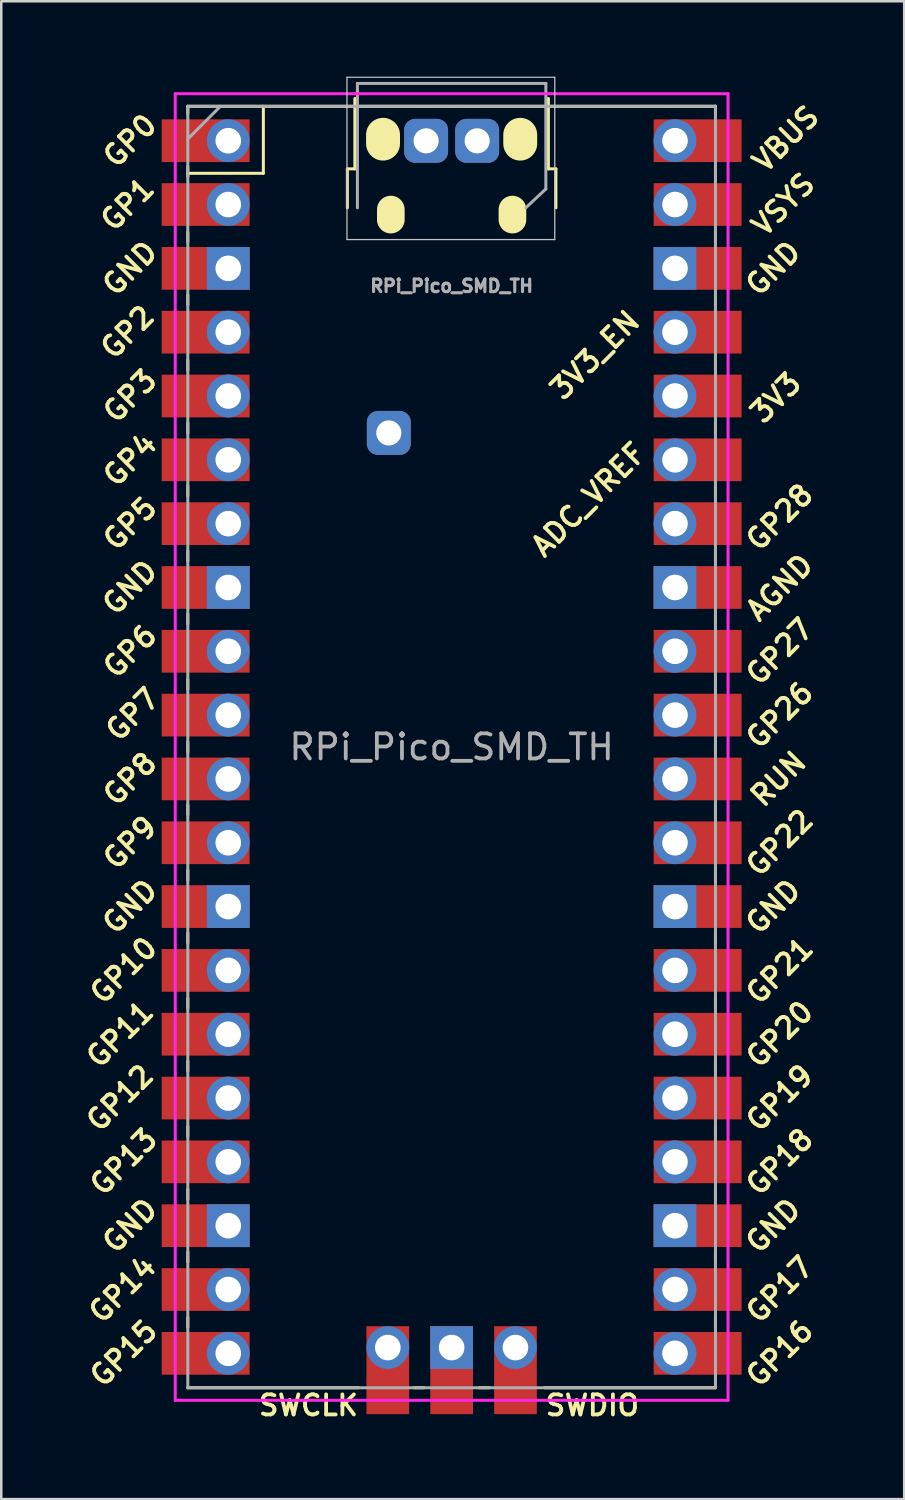
<source format=kicad_pcb>
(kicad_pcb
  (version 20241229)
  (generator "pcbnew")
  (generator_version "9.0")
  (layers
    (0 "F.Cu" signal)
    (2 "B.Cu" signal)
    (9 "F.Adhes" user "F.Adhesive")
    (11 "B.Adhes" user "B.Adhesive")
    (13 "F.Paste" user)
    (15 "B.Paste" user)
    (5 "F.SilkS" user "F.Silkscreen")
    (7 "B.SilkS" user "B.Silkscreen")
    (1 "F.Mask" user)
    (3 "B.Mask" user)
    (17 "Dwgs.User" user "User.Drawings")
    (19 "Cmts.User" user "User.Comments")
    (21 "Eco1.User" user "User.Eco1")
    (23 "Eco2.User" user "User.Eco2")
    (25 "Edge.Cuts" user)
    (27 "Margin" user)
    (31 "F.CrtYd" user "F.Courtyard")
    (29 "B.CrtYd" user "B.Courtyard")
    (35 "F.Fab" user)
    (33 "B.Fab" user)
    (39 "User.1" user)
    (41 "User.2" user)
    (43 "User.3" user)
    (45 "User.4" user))
  (footprint "RPi_Pico_SMD_TH"
    (layer "F.Cu")
    (at 14.924 26.68)
    (property "Reference" "RPi_Pico_SMD_TH" (at 0 0 0) (layer "F.Fab") (effects (font (size 1 1) (thickness 0.15))))
    (attr through_hole)
    (fp_line (start -10.5 -25.5) (end -10.5 -25.2) (stroke (width 0.12) (type solid)) (layer "F.SilkS"))
    (fp_line (start -10.5 -25.5) (end 10.5 -25.5) (stroke (width 0.12) (type solid)) (layer "F.SilkS"))
    (fp_line (start -10.5 -23.1) (end -10.5 -22.7) (stroke (width 0.12) (type solid)) (layer "F.SilkS"))
    (fp_line (start -10.5 -22.833) (end -7.493 -22.833) (stroke (width 0.12) (type solid)) (layer "F.SilkS"))
    (fp_line (start -10.5 -20.5) (end -10.5 -20.1) (stroke (width 0.12) (type solid)) (layer "F.SilkS"))
    (fp_line (start -10.5 -18) (end -10.5 -17.6) (stroke (width 0.12) (type solid)) (layer "F.SilkS"))
    (fp_line (start -10.5 -15.4) (end -10.5 -15) (stroke (width 0.12) (type solid)) (layer "F.SilkS"))
    (fp_line (start -10.5 -12.9) (end -10.5 -12.5) (stroke (width 0.12) (type solid)) (layer "F.SilkS"))
    (fp_line (start -10.5 -10.4) (end -10.5 -10) (stroke (width 0.12) (type solid)) (layer "F.SilkS"))
    (fp_line (start -10.5 -7.8) (end -10.5 -7.4) (stroke (width 0.12) (type solid)) (layer "F.SilkS"))
    (fp_line (start -10.5 -5.3) (end -10.5 -4.9) (stroke (width 0.12) (type solid)) (layer "F.SilkS"))
    (fp_line (start -10.5 -2.7) (end -10.5 -2.3) (stroke (width 0.12) (type solid)) (layer "F.SilkS"))
    (fp_line (start -10.5 -0.2) (end -10.5 0.2) (stroke (width 0.12) (type solid)) (layer "F.SilkS"))
    (fp_line (start -10.5 2.3) (end -10.5 2.7) (stroke (width 0.12) (type solid)) (layer "F.SilkS"))
    (fp_line (start -10.5 4.9) (end -10.5 5.3) (stroke (width 0.12) (type solid)) (layer "F.SilkS"))
    (fp_line (start -10.5 7.4) (end -10.5 7.8) (stroke (width 0.12) (type solid)) (layer "F.SilkS"))
    (fp_line (start -10.5 10) (end -10.5 10.4) (stroke (width 0.12) (type solid)) (layer "F.SilkS"))
    (fp_line (start -10.5 12.5) (end -10.5 12.9) (stroke (width 0.12) (type solid)) (layer "F.SilkS"))
    (fp_line (start -10.5 15.1) (end -10.5 15.5) (stroke (width 0.12) (type solid)) (layer "F.SilkS"))
    (fp_line (start -10.5 17.6) (end -10.5 18) (stroke (width 0.12) (type solid)) (layer "F.SilkS"))
    (fp_line (start -10.5 20.1) (end -10.5 20.5) (stroke (width 0.12) (type solid)) (layer "F.SilkS"))
    (fp_line (start -10.5 22.7) (end -10.5 23.1) (stroke (width 0.12) (type solid)) (layer "F.SilkS"))
    (fp_line (start -7.493 -22.833) (end -7.493 -25.5) (stroke (width 0.12) (type solid)) (layer "F.SilkS"))
    (fp_line (start -4.15 -23.01) (end -4.15 -21.46) (stroke (width 0.12) (type solid)) (layer "F.SilkS"))
    (fp_line (start -3.85 -25.81) (end -3.85 -23.01) (stroke (width 0.12) (type solid)) (layer "F.SilkS"))
    (fp_line (start -3.85 -23.01) (end -4.15 -23.01) (stroke (width 0.12) (type solid)) (layer "F.SilkS"))
    (fp_line (start -3.7 25.5) (end -10.5 25.5) (stroke (width 0.12) (type solid)) (layer "F.SilkS"))
    (fp_line (start -1.5 25.5) (end -1.1 25.5) (stroke (width 0.12) (type solid)) (layer "F.SilkS"))
    (fp_line (start 1.1 25.5) (end 1.5 25.5) (stroke (width 0.12) (type solid)) (layer "F.SilkS"))
    (fp_line (start 3.85 -25.81) (end 3.85 -23.01) (stroke (width 0.12) (type solid)) (layer "F.SilkS"))
    (fp_line (start 4.15 -23.01) (end 3.85 -23.01) (stroke (width 0.12) (type solid)) (layer "F.SilkS"))
    (fp_line (start 4.15 -23.01) (end 4.15 -21.46) (stroke (width 0.12) (type solid)) (layer "F.SilkS"))
    (fp_line (start 10.5 -25.5) (end 10.5 -25.2) (stroke (width 0.12) (type solid)) (layer "F.SilkS"))
    (fp_line (start 10.5 -23.1) (end 10.5 -22.7) (stroke (width 0.12) (type solid)) (layer "F.SilkS"))
    (fp_line (start 10.5 -20.5) (end 10.5 -20.1) (stroke (width 0.12) (type solid)) (layer "F.SilkS"))
    (fp_line (start 10.5 -18) (end 10.5 -17.6) (stroke (width 0.12) (type solid)) (layer "F.SilkS"))
    (fp_line (start 10.5 -15.4) (end 10.5 -15) (stroke (width 0.12) (type solid)) (layer "F.SilkS"))
    (fp_line (start 10.5 -12.9) (end 10.5 -12.5) (stroke (width 0.12) (type solid)) (layer "F.SilkS"))
    (fp_line (start 10.5 -10.4) (end 10.5 -10) (stroke (width 0.12) (type solid)) (layer "F.SilkS"))
    (fp_line (start 10.5 -7.8) (end 10.5 -7.4) (stroke (width 0.12) (type solid)) (layer "F.SilkS"))
    (fp_line (start 10.5 -5.3) (end 10.5 -4.9) (stroke (width 0.12) (type solid)) (layer "F.SilkS"))
    (fp_line (start 10.5 -2.7) (end 10.5 -2.3) (stroke (width 0.12) (type solid)) (layer "F.SilkS"))
    (fp_line (start 10.5 -0.2) (end 10.5 0.2) (stroke (width 0.12) (type solid)) (layer "F.SilkS"))
    (fp_line (start 10.5 2.3) (end 10.5 2.7) (stroke (width 0.12) (type solid)) (layer "F.SilkS"))
    (fp_line (start 10.5 4.9) (end 10.5 5.3) (stroke (width 0.12) (type solid)) (layer "F.SilkS"))
    (fp_line (start 10.5 7.4) (end 10.5 7.8) (stroke (width 0.12) (type solid)) (layer "F.SilkS"))
    (fp_line (start 10.5 10) (end 10.5 10.4) (stroke (width 0.12) (type solid)) (layer "F.SilkS"))
    (fp_line (start 10.5 12.5) (end 10.5 12.9) (stroke (width 0.12) (type solid)) (layer "F.SilkS"))
    (fp_line (start 10.5 15.1) (end 10.5 15.5) (stroke (width 0.12) (type solid)) (layer "F.SilkS"))
    (fp_line (start 10.5 17.6) (end 10.5 18) (stroke (width 0.12) (type solid)) (layer "F.SilkS"))
    (fp_line (start 10.5 20.1) (end 10.5 20.5) (stroke (width 0.12) (type solid)) (layer "F.SilkS"))
    (fp_line (start 10.5 22.7) (end 10.5 23.1) (stroke (width 0.12) (type solid)) (layer "F.SilkS"))
    (fp_line (start 10.5 25.5) (end 3.7 25.5) (stroke (width 0.12) (type solid)) (layer "F.SilkS"))
    (fp_line (start -4.165 -26.655) (end -4.165 -20.195) (stroke (width 0.05) (type solid)) (layer "Dwgs.User"))
    (fp_line (start -4.165 -26.655) (end 4.105 -26.655) (stroke (width 0.05) (type solid)) (layer "Dwgs.User"))
    (fp_line (start 4.105 -20.195) (end -4.165 -20.195) (stroke (width 0.05) (type solid)) (layer "Dwgs.User"))
    (fp_line (start 4.105 -20.195) (end 4.105 -26.655) (stroke (width 0.05) (type solid)) (layer "Dwgs.User"))
    (fp_line (start -11 -26) (end 11 -26) (stroke (width 0.12) (type solid)) (layer "F.CrtYd"))
    (fp_line (start -11 26) (end -11 -26) (stroke (width 0.12) (type solid)) (layer "F.CrtYd"))
    (fp_line (start 11 -26) (end 11 26) (stroke (width 0.12) (type solid)) (layer "F.CrtYd"))
    (fp_line (start 11 26) (end -11 26) (stroke (width 0.12) (type solid)) (layer "F.CrtYd"))
    (fp_line (start -10.5 -25.5) (end 10.5 -25.5) (stroke (width 0.12) (type solid)) (layer "F.Fab"))
    (fp_line (start -10.5 -24.2) (end -9.2 -25.5) (stroke (width 0.12) (type solid)) (layer "F.Fab"))
    (fp_line (start -10.5 25.5) (end -10.5 -25.5) (stroke (width 0.12) (type solid)) (layer "F.Fab"))
    (fp_line (start -3.75 -26.41) (end 3.75 -26.41) (stroke (width 0.12) (type solid)) (layer "F.Fab"))
    (fp_line (start -3.75 -21.46) (end -3.75 -26.41) (stroke (width 0.12) (type solid)) (layer "F.Fab"))
    (fp_line (start 3.75 -26.41) (end 3.75 -22.21) (stroke (width 0.12) (type solid)) (layer "F.Fab"))
    (fp_line (start 3.75 -22.21) (end 2.95 -21.46) (stroke (width 0.12) (type solid)) (layer "F.Fab"))
    (fp_line (start 10.5 -25.5) (end 10.5 25.5) (stroke (width 0.12) (type solid)) (layer "F.Fab"))
    (fp_line (start 10.5 25.5) (end -10.5 25.5) (stroke (width 0.12) (type solid)) (layer "F.Fab"))
    (fp_text user "GP1" (at -12.9 -21.6 45) (layer "F.SilkS") (effects (font (size 0.8 0.8) (thickness 0.15))))
    (fp_text user "GP15" (at -13.054 24.13 45) (layer "F.SilkS") (effects (font (size 0.8 0.8) (thickness 0.15))))
    (fp_text user "GP11" (at -13.2 11.43 45) (layer "F.SilkS") (effects (font (size 0.8 0.8) (thickness 0.15))))
    (fp_text user "VSYS" (at 13.2 -21.59 45) (layer "F.SilkS") (effects (font (size 0.8 0.8) (thickness 0.15))))
    (fp_text user "SWDIO" (at 5.6 26.2 0) (layer "F.SilkS") (effects (font (size 0.8 0.8) (thickness 0.15))))
    (fp_text user "GND" (at 12.8 -19.05 45) (layer "F.SilkS") (effects (font (size 0.8 0.8) (thickness 0.15))))
    (fp_text user "GP16" (at 13.054 24.13 45) (layer "F.SilkS") (effects (font (size 0.8 0.8) (thickness 0.15))))
    (fp_text user "GND" (at -12.8 19.05 45) (layer "F.SilkS") (effects (font (size 0.8 0.8) (thickness 0.15))))
    (fp_text user "RUN" (at 13 1.27 45) (layer "F.SilkS") (effects (font (size 0.8 0.8) (thickness 0.15))))
    (fp_text user "GP27" (at 13.054 -3.8 45) (layer "F.SilkS") (effects (font (size 0.8 0.8) (thickness 0.15))))
    (fp_text user "GP20" (at 13.054 11.43 45) (layer "F.SilkS") (effects (font (size 0.8 0.8) (thickness 0.15))))
    (fp_text user "ADC_VREF" (at 5.45 -9.85 45) (layer "F.SilkS") (effects (font (size 0.8 0.8) (thickness 0.15))))
    (fp_text user "GP10" (at -13.054 8.89 45) (layer "F.SilkS") (effects (font (size 0.8 0.8) (thickness 0.15))))
    (fp_text user "SWCLK" (at -5.7 26.2 0) (layer "F.SilkS") (effects (font (size 0.8 0.8) (thickness 0.15))))
    (fp_text user "GP17" (at 13.054 21.59 45) (layer "F.SilkS") (effects (font (size 0.8 0.8) (thickness 0.15))))
    (fp_text user "GP22" (at 13.054 3.81 45) (layer "F.SilkS") (effects (font (size 0.8 0.8) (thickness 0.15))))
    (fp_text user "GP8" (at -12.8 1.27 45) (layer "F.SilkS") (effects (font (size 0.8 0.8) (thickness 0.15))))
    (fp_text user "GND" (at -12.8 6.35 45) (layer "F.SilkS") (effects (font (size 0.8 0.8) (thickness 0.15))))
    (fp_text user "VBUS" (at 13.3 -24.2 45) (layer "F.SilkS") (effects (font (size 0.8 0.8) (thickness 0.15))))
    (fp_text user "GND" (at -12.8 -19.05 45) (layer "F.SilkS") (effects (font (size 0.8 0.8) (thickness 0.15))))
    (fp_text user "GP4" (at -12.8 -11.43 45) (layer "F.SilkS") (effects (font (size 0.8 0.8) (thickness 0.15))))
    (fp_text user "GND" (at -12.8 -6.35 45) (layer "F.SilkS") (effects (font (size 0.8 0.8) (thickness 0.15))))
    (fp_text user "GP28" (at 13.054 -9.144 45) (layer "F.SilkS") (effects (font (size 0.8 0.8) (thickness 0.15))))
    (fp_text user "GND" (at 12.8 19.05 45) (layer "F.SilkS") (effects (font (size 0.8 0.8) (thickness 0.15))))
    (fp_text user "GP26" (at 13.054 -1.27 45) (layer "F.SilkS") (effects (font (size 0.8 0.8) (thickness 0.15))))
    (fp_text user "GP14" (at -13.1 21.59 45) (layer "F.SilkS") (effects (font (size 0.8 0.8) (thickness 0.15))))
    (fp_text user "GP3" (at -12.8 -13.97 45) (layer "F.SilkS") (effects (font (size 0.8 0.8) (thickness 0.15))))
    (fp_text user "GND" (at 12.8 6.35 45) (layer "F.SilkS") (effects (font (size 0.8 0.8) (thickness 0.15))))
    (fp_text user "GP21" (at 13.054 8.9 45) (layer "F.SilkS") (effects (font (size 0.8 0.8) (thickness 0.15))))
    (fp_text user "3V3_EN" (at 5.7 -15.6 45) (layer "F.SilkS") (effects (font (size 0.8 0.8) (thickness 0.15))))
    (fp_text user "GP5" (at -12.8 -8.89 45) (layer "F.SilkS") (effects (font (size 0.8 0.8) (thickness 0.15))))
    (fp_text user "GP2" (at -12.9 -16.51 45) (layer "F.SilkS") (effects (font (size 0.8 0.8) (thickness 0.15))))
    (fp_text user "GP13" (at -13.054 16.51 45) (layer "F.SilkS") (effects (font (size 0.8 0.8) (thickness 0.15))))
    (fp_text user "GP19" (at 13.054 13.97 45) (layer "F.SilkS") (effects (font (size 0.8 0.8) (thickness 0.15))))
    (fp_text user "GP6" (at -12.8 -3.81 45) (layer "F.SilkS") (effects (font (size 0.8 0.8) (thickness 0.15))))
    (fp_text user "3V3" (at 12.9 -13.9 45) (layer "F.SilkS") (effects (font (size 0.8 0.8) (thickness 0.15))))
    (fp_text user "GP9" (at -12.8 3.81 45) (layer "F.SilkS") (effects (font (size 0.8 0.8) (thickness 0.15))))
    (fp_text user "GP7" (at -12.7 -1.3 45) (layer "F.SilkS") (effects (font (size 0.8 0.8) (thickness 0.15))))
    (fp_text user "GP0" (at -12.8 -24.13 45) (layer "F.SilkS") (effects (font (size 0.8 0.8) (thickness 0.15))))
    (fp_text user "GP18" (at 13.054 16.51 45) (layer "F.SilkS") (effects (font (size 0.8 0.8) (thickness 0.15))))
    (fp_text user "GP12" (at -13.2 13.97 45) (layer "F.SilkS") (effects (font (size 0.8 0.8) (thickness 0.15))))
    (fp_text user "AGND" (at 13.054 -6.35 45) (layer "F.SilkS") (effects (font (size 0.8 0.8) (thickness 0.15))))
    (fp_text user "${REFERENCE}" (at 0 -18.35 180) (layer "F.Fab") (effects (font (size 0.5 0.5) (thickness 0.125))))
    (pad "" smd oval (at -2.73 -24.19 270) (size 1.7 1.35) (layers "F.SilkS"))
    (pad "" smd oval (at -2.42 -21.19 270) (size 1.5 1.1) (layers "F.SilkS"))
    (pad "" smd oval (at 2.42 -21.19 270) (size 1.5 1.1) (layers "F.SilkS"))
    (pad "" smd oval (at 2.73 -24.19 270) (size 1.7 1.35) (layers "F.SilkS"))
    (pad "1" thru_hole oval (at -8.89 -24.13) (size 1.7 1.7) (drill 1.02) (layers "*.Cu" "*.Mask"))
    (pad "1" smd rect (at -8.89 -24.13) (size 3.5 1.7) (drill (offset -0.9 0)) (layers "F.Cu" "F.Mask"))
    (pad "2" thru_hole oval (at -8.89 -21.59) (size 1.7 1.7) (drill 1.02) (layers "*.Cu" "*.Mask"))
    (pad "2" smd rect (at -8.89 -21.59) (size 3.5 1.7) (drill (offset -0.9 0)) (layers "F.Cu" "F.Mask"))
    (pad "3" thru_hole rect (at -8.89 -19.05) (size 1.7 1.7) (drill 1.02) (layers "*.Cu" "*.Mask"))
    (pad "3" smd rect (at -8.89 -19.05) (size 3.5 1.7) (drill (offset -0.9 0)) (layers "F.Cu" "F.Mask"))
    (pad "4" thru_hole oval (at -8.89 -16.51) (size 1.7 1.7) (drill 1.02) (layers "*.Cu" "*.Mask"))
    (pad "4" smd rect (at -8.89 -16.51) (size 3.5 1.7) (drill (offset -0.9 0)) (layers "F.Cu" "F.Mask"))
    (pad "5" thru_hole oval (at -8.89 -13.97) (size 1.7 1.7) (drill 1.02) (layers "*.Cu" "*.Mask"))
    (pad "5" smd rect (at -8.89 -13.97) (size 3.5 1.7) (drill (offset -0.9 0)) (layers "F.Cu" "F.Mask"))
    (pad "6" thru_hole oval (at -8.89 -11.43) (size 1.7 1.7) (drill 1.02) (layers "*.Cu" "*.Mask"))
    (pad "6" smd rect (at -8.89 -11.43) (size 3.5 1.7) (drill (offset -0.9 0)) (layers "F.Cu" "F.Mask"))
    (pad "7" thru_hole oval (at -8.89 -8.89) (size 1.7 1.7) (drill 1.02) (layers "*.Cu" "*.Mask"))
    (pad "7" smd rect (at -8.89 -8.89) (size 3.5 1.7) (drill (offset -0.9 0)) (layers "F.Cu" "F.Mask"))
    (pad "8" thru_hole rect (at -8.89 -6.35) (size 1.7 1.7) (drill 1.02) (layers "*.Cu" "*.Mask"))
    (pad "8" smd rect (at -8.89 -6.35) (size 3.5 1.7) (drill (offset -0.9 0)) (layers "F.Cu" "F.Mask"))
    (pad "9" thru_hole oval (at -8.89 -3.81) (size 1.7 1.7) (drill 1.02) (layers "*.Cu" "*.Mask"))
    (pad "9" smd rect (at -8.89 -3.81) (size 3.5 1.7) (drill (offset -0.9 0)) (layers "F.Cu" "F.Mask"))
    (pad "10" thru_hole oval (at -8.89 -1.27) (size 1.7 1.7) (drill 1.02) (layers "*.Cu" "*.Mask"))
    (pad "10" smd rect (at -8.89 -1.27) (size 3.5 1.7) (drill (offset -0.9 0)) (layers "F.Cu" "F.Mask"))
    (pad "11" thru_hole oval (at -8.89 1.27) (size 1.7 1.7) (drill 1.02) (layers "*.Cu" "*.Mask"))
    (pad "11" smd rect (at -8.89 1.27) (size 3.5 1.7) (drill (offset -0.9 0)) (layers "F.Cu" "F.Mask"))
    (pad "12" thru_hole oval (at -8.89 3.81) (size 1.7 1.7) (drill 1.02) (layers "*.Cu" "*.Mask"))
    (pad "12" smd rect (at -8.89 3.81) (size 3.5 1.7) (drill (offset -0.9 0)) (layers "F.Cu" "F.Mask"))
    (pad "13" thru_hole rect (at -8.89 6.35) (size 1.7 1.7) (drill 1.02) (layers "*.Cu" "*.Mask"))
    (pad "13" smd rect (at -8.89 6.35) (size 3.5 1.7) (drill (offset -0.9 0)) (layers "F.Cu" "F.Mask"))
    (pad "14" thru_hole oval (at -8.89 8.89) (size 1.7 1.7) (drill 1.02) (layers "*.Cu" "*.Mask"))
    (pad "14" smd rect (at -8.89 8.89) (size 3.5 1.7) (drill (offset -0.9 0)) (layers "F.Cu" "F.Mask"))
    (pad "15" thru_hole oval (at -8.89 11.43) (size 1.7 1.7) (drill 1.02) (layers "*.Cu" "*.Mask"))
    (pad "15" smd rect (at -8.89 11.43) (size 3.5 1.7) (drill (offset -0.9 0)) (layers "F.Cu" "F.Mask"))
    (pad "16" thru_hole oval (at -8.89 13.97) (size 1.7 1.7) (drill 1.02) (layers "*.Cu" "*.Mask"))
    (pad "16" smd rect (at -8.89 13.97) (size 3.5 1.7) (drill (offset -0.9 0)) (layers "F.Cu" "F.Mask"))
    (pad "17" thru_hole oval (at -8.89 16.51) (size 1.7 1.7) (drill 1.02) (layers "*.Cu" "*.Mask"))
    (pad "17" smd rect (at -8.89 16.51) (size 3.5 1.7) (drill (offset -0.9 0)) (layers "F.Cu" "F.Mask"))
    (pad "18" thru_hole rect (at -8.89 19.05) (size 1.7 1.7) (drill 1.02) (layers "*.Cu" "*.Mask"))
    (pad "18" smd rect (at -8.89 19.05) (size 3.5 1.7) (drill (offset -0.9 0)) (layers "F.Cu" "F.Mask"))
    (pad "19" thru_hole oval (at -8.89 21.59) (size 1.7 1.7) (drill 1.02) (layers "*.Cu" "*.Mask"))
    (pad "19" smd rect (at -8.89 21.59) (size 3.5 1.7) (drill (offset -0.9 0)) (layers "F.Cu" "F.Mask"))
    (pad "20" thru_hole oval (at -8.89 24.13) (size 1.7 1.7) (drill 1.02) (layers "*.Cu" "*.Mask"))
    (pad "20" smd rect (at -8.89 24.13) (size 3.5 1.7) (drill (offset -0.9 0)) (layers "F.Cu" "F.Mask"))
    (pad "21" thru_hole oval (at 8.89 24.13) (size 1.7 1.7) (drill 1.02) (layers "*.Cu" "*.Mask"))
    (pad "21" smd rect (at 8.89 24.13) (size 3.5 1.7) (drill (offset 0.9 0)) (layers "F.Cu" "F.Mask"))
    (pad "22" thru_hole oval (at 8.89 21.59) (size 1.7 1.7) (drill 1.02) (layers "*.Cu" "*.Mask"))
    (pad "22" smd rect (at 8.89 21.59) (size 3.5 1.7) (drill (offset 0.9 0)) (layers "F.Cu" "F.Mask"))
    (pad "23" thru_hole rect (at 8.89 19.05) (size 1.7 1.7) (drill 1.02) (layers "*.Cu" "*.Mask"))
    (pad "23" smd rect (at 8.89 19.05) (size 3.5 1.7) (drill (offset 0.9 0)) (layers "F.Cu" "F.Mask"))
    (pad "24" thru_hole oval (at 8.89 16.51) (size 1.7 1.7) (drill 1.02) (layers "*.Cu" "*.Mask"))
    (pad "24" smd rect (at 8.89 16.51) (size 3.5 1.7) (drill (offset 0.9 0)) (layers "F.Cu" "F.Mask"))
    (pad "25" thru_hole oval (at 8.89 13.97) (size 1.7 1.7) (drill 1.02) (layers "*.Cu" "*.Mask"))
    (pad "25" smd rect (at 8.89 13.97) (size 3.5 1.7) (drill (offset 0.9 0)) (layers "F.Cu" "F.Mask"))
    (pad "26" thru_hole oval (at 8.89 11.43) (size 1.7 1.7) (drill 1.02) (layers "*.Cu" "*.Mask"))
    (pad "26" smd rect (at 8.89 11.43) (size 3.5 1.7) (drill (offset 0.9 0)) (layers "F.Cu" "F.Mask"))
    (pad "27" thru_hole oval (at 8.89 8.89) (size 1.7 1.7) (drill 1.02) (layers "*.Cu" "*.Mask"))
    (pad "27" smd rect (at 8.89 8.89) (size 3.5 1.7) (drill (offset 0.9 0)) (layers "F.Cu" "F.Mask"))
    (pad "28" thru_hole rect (at 8.89 6.35) (size 1.7 1.7) (drill 1.02) (layers "*.Cu" "*.Mask"))
    (pad "28" smd rect (at 8.89 6.35) (size 3.5 1.7) (drill (offset 0.9 0)) (layers "F.Cu" "F.Mask"))
    (pad "29" thru_hole oval (at 8.89 3.81) (size 1.7 1.7) (drill 1.02) (layers "*.Cu" "*.Mask"))
    (pad "29" smd rect (at 8.89 3.81) (size 3.5 1.7) (drill (offset 0.9 0)) (layers "F.Cu" "F.Mask"))
    (pad "30" thru_hole oval (at 8.89 1.27) (size 1.7 1.7) (drill 1.02) (layers "*.Cu" "*.Mask"))
    (pad "30" smd rect (at 8.89 1.27) (size 3.5 1.7) (drill (offset 0.9 0)) (layers "F.Cu" "F.Mask"))
    (pad "31" thru_hole oval (at 8.89 -1.27) (size 1.7 1.7) (drill 1.02) (layers "*.Cu" "*.Mask"))
    (pad "31" smd rect (at 8.89 -1.27) (size 3.5 1.7) (drill (offset 0.9 0)) (layers "F.Cu" "F.Mask"))
    (pad "32" thru_hole oval (at 8.89 -3.81) (size 1.7 1.7) (drill 1.02) (layers "*.Cu" "*.Mask"))
    (pad "32" smd rect (at 8.89 -3.81) (size 3.5 1.7) (drill (offset 0.9 0)) (layers "F.Cu" "F.Mask"))
    (pad "33" thru_hole rect (at 8.89 -6.35) (size 1.7 1.7) (drill 1.02) (layers "*.Cu" "*.Mask"))
    (pad "33" smd rect (at 8.89 -6.35) (size 3.5 1.7) (drill (offset 0.9 0)) (layers "F.Cu" "F.Mask"))
    (pad "34" thru_hole oval (at 8.89 -8.89) (size 1.7 1.7) (drill 1.02) (layers "*.Cu" "*.Mask"))
    (pad "34" smd rect (at 8.89 -8.89) (size 3.5 1.7) (drill (offset 0.9 0)) (layers "F.Cu" "F.Mask"))
    (pad "35" thru_hole oval (at 8.89 -11.43) (size 1.7 1.7) (drill 1.02) (layers "*.Cu" "*.Mask"))
    (pad "35" smd rect (at 8.89 -11.43) (size 3.5 1.7) (drill (offset 0.9 0)) (layers "F.Cu" "F.Mask"))
    (pad "36" thru_hole oval (at 8.89 -13.97) (size 1.7 1.7) (drill 1.02) (layers "*.Cu" "*.Mask"))
    (pad "36" smd rect (at 8.89 -13.97) (size 3.5 1.7) (drill (offset 0.9 0)) (layers "F.Cu" "F.Mask"))
    (pad "37" thru_hole oval (at 8.89 -16.51) (size 1.7 1.7) (drill 1.02) (layers "*.Cu" "*.Mask"))
    (pad "37" smd rect (at 8.89 -16.51) (size 3.5 1.7) (drill (offset 0.9 0)) (layers "F.Cu" "F.Mask"))
    (pad "38" thru_hole rect (at 8.89 -19.05) (size 1.7 1.7) (drill 1.02) (layers "*.Cu" "*.Mask"))
    (pad "38" smd rect (at 8.89 -19.05) (size 3.5 1.7) (drill (offset 0.9 0)) (layers "F.Cu" "F.Mask"))
    (pad "39" thru_hole oval (at 8.89 -21.59) (size 1.7 1.7) (drill 1.02) (layers "*.Cu" "*.Mask"))
    (pad "39" smd rect (at 8.89 -21.59) (size 3.5 1.7) (drill (offset 0.9 0)) (layers "F.Cu" "F.Mask"))
    (pad "40" thru_hole oval (at 8.89 -24.13) (size 1.7 1.7) (drill 1.02) (layers "*.Cu" "*.Mask"))
    (pad "40" smd rect (at 8.89 -24.13) (size 3.5 1.7) (drill (offset 0.9 0)) (layers "F.Cu" "F.Mask"))
    (pad "41" thru_hole oval (at -2.54 23.9) (size 1.7 1.7) (drill 1.02) (layers "*.Cu" "*.Mask"))
    (pad "41" smd rect (at -2.54 23.9 90) (size 3.5 1.7) (drill (offset -0.9 0)) (layers "F.Cu" "F.Mask"))
    (pad "42" thru_hole rect (at 0 23.9) (size 1.7 1.7) (drill 1.02) (layers "*.Cu" "*.Mask"))
    (pad "42" smd rect (at 0 23.9 90) (size 3.5 1.7) (drill (offset -0.9 0)) (layers "F.Cu" "F.Mask"))
    (pad "43" thru_hole oval (at 2.54 23.9) (size 1.7 1.7) (drill 1.02) (layers "*.Cu" "*.Mask"))
    (pad "43" smd rect (at 2.54 23.9 90) (size 3.5 1.7) (drill (offset -0.9 0)) (layers "F.Cu" "F.Mask"))
    (pad "TP2" thru_hole roundrect (at 1.016 -24.125) (size 1.75 1.75) (drill 1) (layers "*.Cu" "*.Mask") (roundrect_rratio 0.25))
    (pad "TP3" thru_hole roundrect (at -1.016 -24.125) (size 1.75 1.75) (drill 1) (layers "*.Cu" "*.Mask") (roundrect_rratio 0.25))
    (pad "TP6" thru_hole roundrect (at -2.5 -12.5) (size 1.75 1.75) (drill 1) (layers "*.Cu" "*.Mask") (roundrect_rratio 0.25)))
  (gr_rect
    (start -3 -3)
    (end 32.935 56.611)
    (stroke (width 0.1) (type default))
    (fill no)
    (layer "Edge.Cuts")))
</source>
